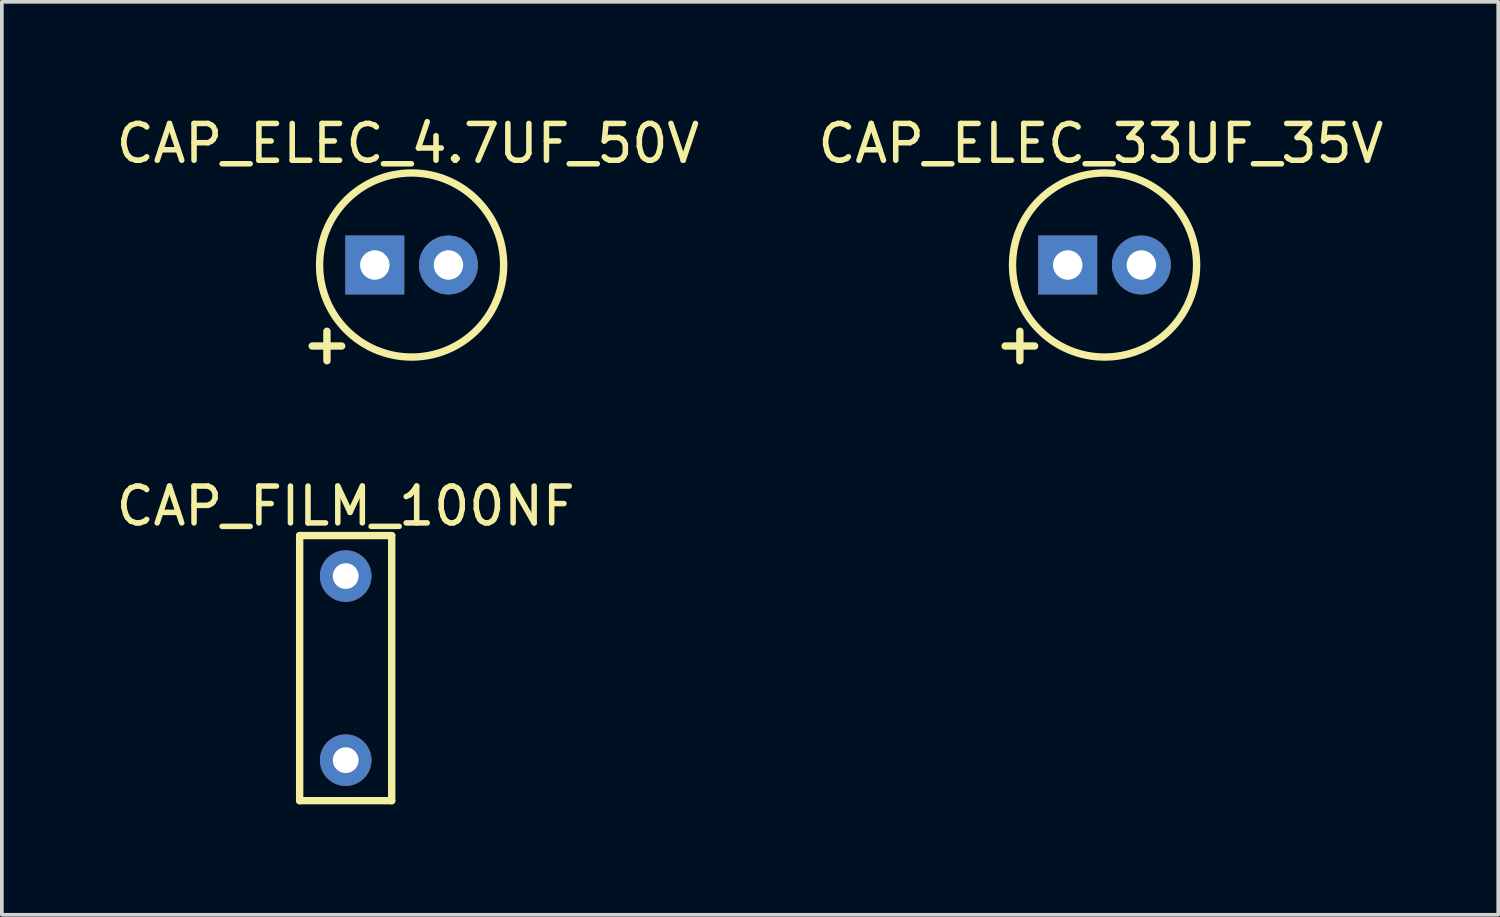
<source format=kicad_pcb>
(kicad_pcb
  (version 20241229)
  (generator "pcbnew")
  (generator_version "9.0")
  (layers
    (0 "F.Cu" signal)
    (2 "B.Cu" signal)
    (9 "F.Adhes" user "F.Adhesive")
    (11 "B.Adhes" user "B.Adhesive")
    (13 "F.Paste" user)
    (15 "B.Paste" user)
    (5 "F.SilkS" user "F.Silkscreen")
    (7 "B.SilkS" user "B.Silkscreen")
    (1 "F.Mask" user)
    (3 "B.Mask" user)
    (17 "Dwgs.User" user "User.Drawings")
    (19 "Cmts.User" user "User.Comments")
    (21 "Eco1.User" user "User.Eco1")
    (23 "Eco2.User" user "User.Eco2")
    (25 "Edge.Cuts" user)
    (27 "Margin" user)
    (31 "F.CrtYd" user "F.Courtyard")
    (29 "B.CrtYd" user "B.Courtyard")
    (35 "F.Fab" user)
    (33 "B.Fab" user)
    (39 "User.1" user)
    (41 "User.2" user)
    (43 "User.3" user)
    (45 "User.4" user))
  (footprint "CAP_ELEC_33UF_35V"
    (layer "F.Cu")
    (at 26.951 4.148)
    (property "Reference" "CAP_ELEC_33UF_35V" (at -0.1 -3.3 0) (layer "F.SilkS") (effects (font (size 1 1) (thickness 0.15))))
    (fp_line (start -2.7 2.2) (end -1.9 2.2) (stroke (width 0.2) (type solid)) (layer "F.SilkS"))
    (fp_line (start -2.3 2.6) (end -2.3 1.8) (stroke (width 0.2) (type solid)) (layer "F.SilkS"))
    (fp_circle (center 0 0) (end 0 -2.5) (stroke (width 0.2) (type solid)) (fill no) (layer "F.SilkS"))
    (pad "1" thru_hole rect (at -1 0) (size 1.6 1.6) (drill 0.8) (layers "*.Cu" "*.Mask"))
    (pad "2" thru_hole circle (at 1 0) (size 1.6 1.6) (drill 0.8) (layers "*.Cu" "*.Mask")))
  (footprint "CAP_FILM_100NF"
    (layer "F.Cu")
    (at 6.339 15.097)
    (property "Reference" "CAP_FILM_100NF" (at 0 -4.4 0) (layer "F.SilkS") (effects (font (size 1 1) (thickness 0.15))))
    (fp_line (start -1.25 -3.6) (end 1.25 -3.6) (stroke (width 0.2) (type solid)) (layer "F.SilkS"))
    (fp_line (start -1.25 3.6) (end -1.25 -3.6) (stroke (width 0.2) (type solid)) (layer "F.SilkS"))
    (fp_line (start -1.25 3.6) (end 1.25 3.6) (stroke (width 0.2) (type solid)) (layer "F.SilkS"))
    (fp_line (start 1.25 3.6) (end 1.25 -3.6) (stroke (width 0.2) (type solid)) (layer "F.SilkS"))
    (pad "1" thru_hole circle (at 0 -2.5) (size 1.4 1.4) (drill 0.7) (layers "*.Cu" "*.Mask"))
    (pad "2" thru_hole circle (at 0 2.5) (size 1.4 1.4) (drill 0.7) (layers "*.Cu" "*.Mask")))
  (footprint "CAP_ELEC_4.7UF_50V"
    (layer "F.Cu")
    (at 8.13 4.148)
    (property "Reference" "CAP_ELEC_4.7UF_50V" (at -0.1 -3.3 0) (layer "F.SilkS") (effects (font (size 1 1) (thickness 0.15))))
    (fp_line (start -2.7 2.2) (end -1.9 2.2) (stroke (width 0.2) (type solid)) (layer "F.SilkS"))
    (fp_line (start -2.3 2.6) (end -2.3 1.8) (stroke (width 0.2) (type solid)) (layer "F.SilkS"))
    (fp_circle (center 0 0) (end 0 -2.5) (stroke (width 0.2) (type solid)) (fill no) (layer "F.SilkS"))
    (pad "1" thru_hole rect (at -1 0) (size 1.6 1.6) (drill 0.8) (layers "*.Cu" "*.Mask"))
    (pad "2" thru_hole circle (at 1 0) (size 1.6 1.6) (drill 0.8) (layers "*.Cu" "*.Mask")))
  (gr_rect
    (start -3 -3)
    (end 37.643 21.797)
    (stroke (width 0.1) (type default))
    (fill no)
    (layer "Edge.Cuts")))
</source>
